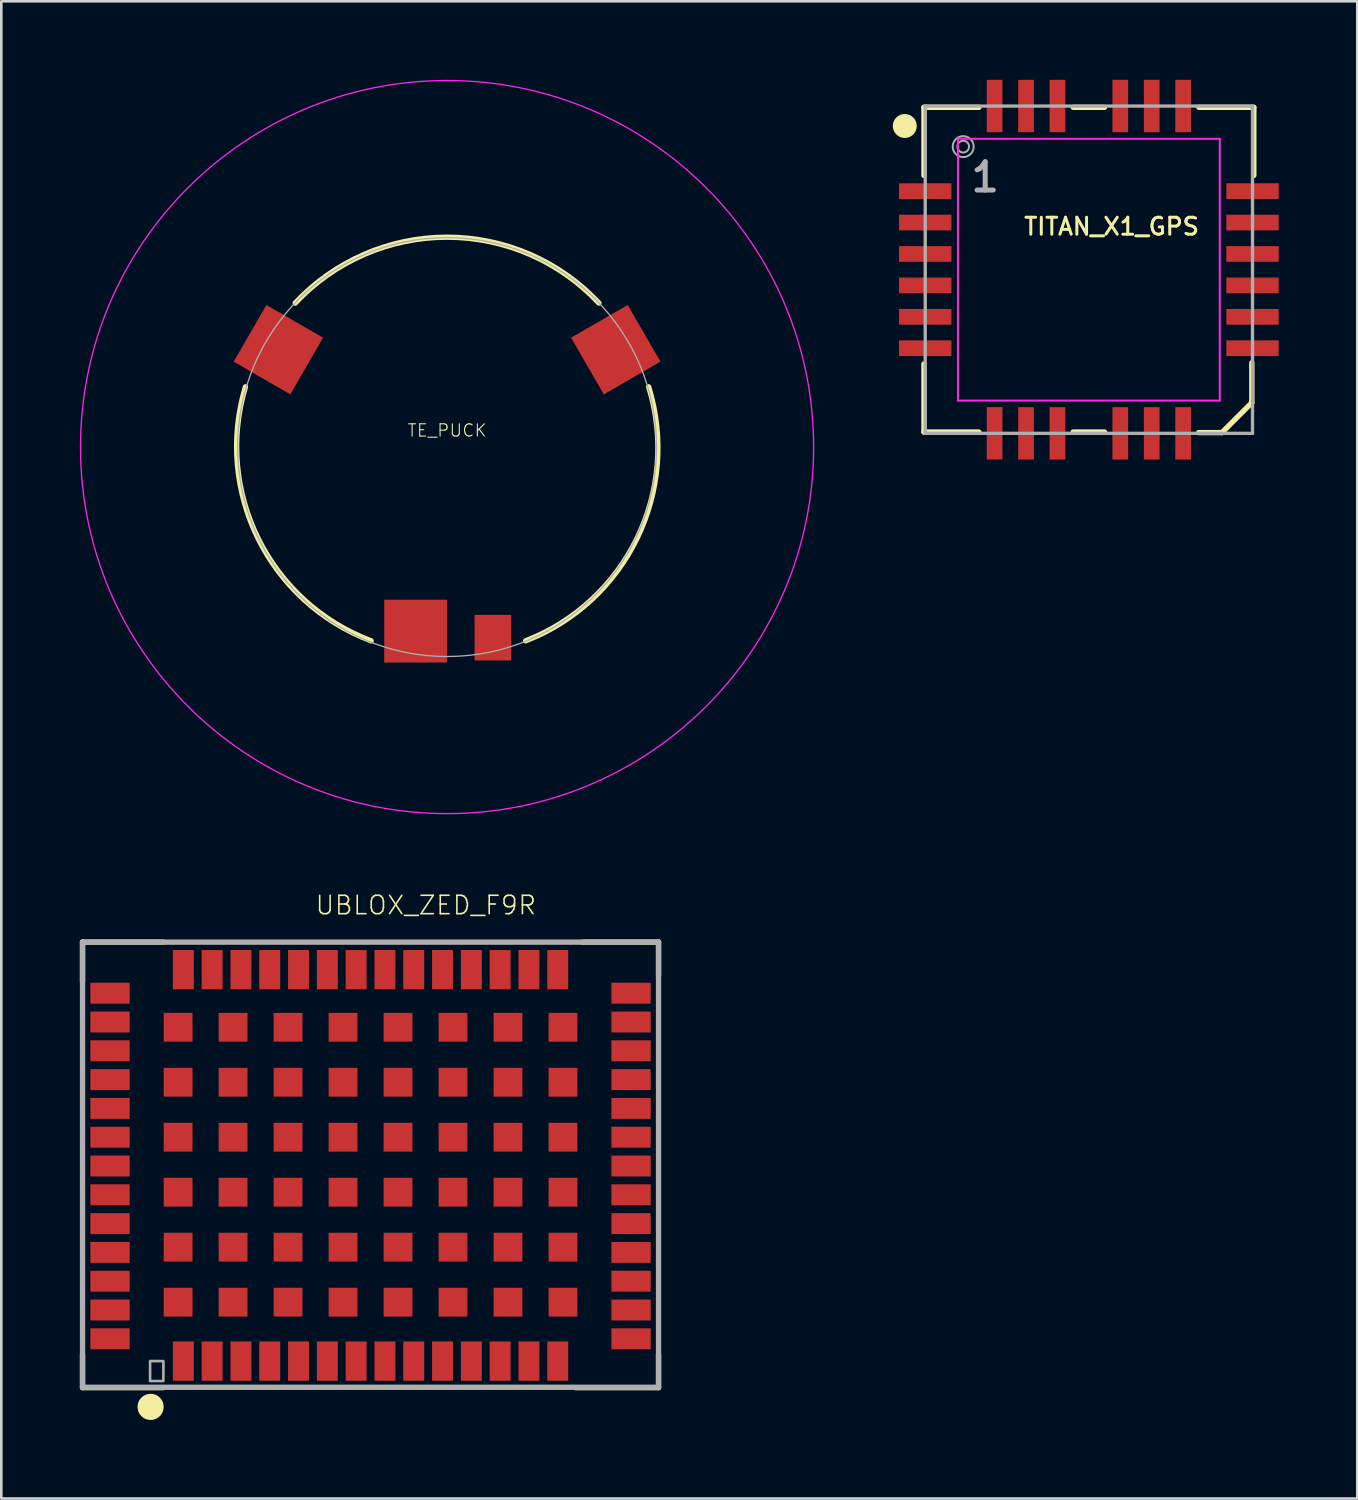
<source format=kicad_pcb>
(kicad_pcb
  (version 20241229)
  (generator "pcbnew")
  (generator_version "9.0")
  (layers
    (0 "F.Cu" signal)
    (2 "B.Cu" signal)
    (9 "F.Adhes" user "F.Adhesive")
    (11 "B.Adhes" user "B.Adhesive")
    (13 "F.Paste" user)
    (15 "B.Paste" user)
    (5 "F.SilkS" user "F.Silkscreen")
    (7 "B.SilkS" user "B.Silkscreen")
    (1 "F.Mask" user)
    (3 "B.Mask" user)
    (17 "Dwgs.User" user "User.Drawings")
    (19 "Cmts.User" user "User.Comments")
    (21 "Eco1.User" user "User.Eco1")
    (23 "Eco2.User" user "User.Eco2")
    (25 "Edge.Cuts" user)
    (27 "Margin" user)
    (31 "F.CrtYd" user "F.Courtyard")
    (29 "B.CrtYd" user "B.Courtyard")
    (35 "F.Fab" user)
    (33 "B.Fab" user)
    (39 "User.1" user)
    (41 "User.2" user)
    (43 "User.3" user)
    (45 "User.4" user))
  (footprint "TITAN_X1_GPS"
    (layer "F.Cu")
    (at 38.538 7.25)
    (property "Reference" "TITAN_X1_GPS" (at -2.54 -1.27 0) (layer "F.SilkS") (effects (font (size 0.648 0.648) (thickness 0.114)) (justify left bottom)))
    (fp_line (start -6.3 -6.2) (end -6.3 -3.6) (stroke (width 0.203) (type solid)) (layer "F.SilkS"))
    (fp_line (start -6.3 -6.2) (end -4.2 -6.2) (stroke (width 0.203) (type solid)) (layer "F.SilkS"))
    (fp_line (start -6.3 3.6) (end -6.3 6.2) (stroke (width 0.203) (type solid)) (layer "F.SilkS"))
    (fp_line (start -6.3 6.2) (end -4.2 6.2) (stroke (width 0.203) (type solid)) (layer "F.SilkS"))
    (fp_line (start -0.6 -6.2) (end 0.6 -6.2) (stroke (width 0.203) (type solid)) (layer "F.SilkS"))
    (fp_line (start -0.6 6.2) (end 0.6 6.2) (stroke (width 0.203) (type solid)) (layer "F.SilkS"))
    (fp_line (start 4.191 6.223) (end 5.08 6.223) (stroke (width 0.203) (type solid)) (layer "F.SilkS"))
    (fp_line (start 4.2 -6.2) (end 6.3 -6.2) (stroke (width 0.203) (type solid)) (layer "F.SilkS"))
    (fp_line (start 5.08 6.223) (end 6.223 5.08) (stroke (width 0.203) (type solid)) (layer "F.SilkS"))
    (fp_line (start 6.223 5.08) (end 6.223 3.556) (stroke (width 0.203) (type solid)) (layer "F.SilkS"))
    (fp_line (start 6.3 -3.6) (end 6.3 -6.2) (stroke (width 0.203) (type solid)) (layer "F.SilkS"))
    (fp_circle (center -7.031 -5.488) (end -6.802 -5.488) (stroke (width 0.457) (type solid)) (fill no) (layer "F.SilkS"))
    (fp_line (start -5 -5) (end 5 -5) (stroke (width 0.076) (type solid)) (layer "F.CrtYd"))
    (fp_line (start -5 5) (end -5 -5) (stroke (width 0.076) (type solid)) (layer "F.CrtYd"))
    (fp_line (start 5 -5) (end 5 5) (stroke (width 0.076) (type solid)) (layer "F.CrtYd"))
    (fp_line (start 5 5) (end -5 5) (stroke (width 0.076) (type solid)) (layer "F.CrtYd"))
    (fp_line (start -6.25 -6.25) (end -6.25 6.25) (stroke (width 0.127) (type solid)) (layer "F.Fab"))
    (fp_line (start -6.25 6.25) (end 6.25 6.25) (stroke (width 0.127) (type solid)) (layer "F.Fab"))
    (fp_line (start 6.25 -6.25) (end -6.25 -6.25) (stroke (width 0.127) (type solid)) (layer "F.Fab"))
    (fp_line (start 6.25 6.25) (end 6.25 -6.25) (stroke (width 0.127) (type solid)) (layer "F.Fab"))
    (fp_circle (center -4.8 -4.7) (end -4.576 -4.7) (stroke (width 0.076) (type solid)) (fill no) (layer "F.Fab"))
    (fp_circle (center -4.8 -4.7) (end -4.4 -4.7) (stroke (width 0.076) (type solid)) (fill no) (layer "F.Fab"))
    (fp_text user "1" (at -4.6 -2.9 0) (layer "F.Fab") (effects (font (size 1.079 1.079) (thickness 0.191)) (justify left bottom)))
    (pad "1" smd rect (at -6.25 -3) (size 2 0.6) (layers "F.Cu" "F.Mask" "F.Paste"))
    (pad "2" smd rect (at -6.25 -1.8) (size 2 0.6) (layers "F.Cu" "F.Mask" "F.Paste"))
    (pad "3" smd rect (at -6.25 -0.6) (size 2 0.6) (layers "F.Cu" "F.Mask" "F.Paste"))
    (pad "4" smd rect (at -6.25 0.6) (size 2 0.6) (layers "F.Cu" "F.Mask" "F.Paste"))
    (pad "5" smd rect (at -6.25 1.8) (size 2 0.6) (layers "F.Cu" "F.Mask" "F.Paste"))
    (pad "6" smd rect (at -6.25 3) (size 2 0.6) (layers "F.Cu" "F.Mask" "F.Paste"))
    (pad "7" smd rect (at -3.6 6.25 90) (size 2 0.6) (layers "F.Cu" "F.Mask" "F.Paste"))
    (pad "8" smd rect (at -2.4 6.25 90) (size 2 0.6) (layers "F.Cu" "F.Mask" "F.Paste"))
    (pad "9" smd rect (at -1.2 6.25 90) (size 2 0.6) (layers "F.Cu" "F.Mask" "F.Paste"))
    (pad "10" smd rect (at 1.2 6.25 90) (size 2 0.6) (layers "F.Cu" "F.Mask" "F.Paste"))
    (pad "11" smd rect (at 2.4 6.25 90) (size 2 0.6) (layers "F.Cu" "F.Mask" "F.Paste"))
    (pad "12" smd rect (at 3.6 6.25 90) (size 2 0.6) (layers "F.Cu" "F.Mask" "F.Paste"))
    (pad "13" smd rect (at 6.25 3) (size 2 0.6) (layers "F.Cu" "F.Mask" "F.Paste"))
    (pad "14" smd rect (at 6.25 1.8) (size 2 0.6) (layers "F.Cu" "F.Mask" "F.Paste"))
    (pad "15" smd rect (at 6.25 0.6) (size 2 0.6) (layers "F.Cu" "F.Mask" "F.Paste"))
    (pad "16" smd rect (at 6.25 -0.6) (size 2 0.6) (layers "F.Cu" "F.Mask" "F.Paste"))
    (pad "17" smd rect (at 6.25 -1.8) (size 2 0.6) (layers "F.Cu" "F.Mask" "F.Paste"))
    (pad "18" smd rect (at 6.25 -3) (size 2 0.6) (layers "F.Cu" "F.Mask" "F.Paste"))
    (pad "19" smd rect (at 3.6 -6.25 270) (size 2 0.6) (layers "F.Cu" "F.Mask" "F.Paste"))
    (pad "20" smd rect (at 2.4 -6.25 270) (size 2 0.6) (layers "F.Cu" "F.Mask" "F.Paste"))
    (pad "21" smd rect (at 1.2 -6.25 270) (size 2 0.6) (layers "F.Cu" "F.Mask" "F.Paste"))
    (pad "22" smd rect (at -1.2 -6.25 270) (size 2 0.6) (layers "F.Cu" "F.Mask" "F.Paste"))
    (pad "23" smd rect (at -2.4 -6.25 270) (size 2 0.6) (layers "F.Cu" "F.Mask" "F.Paste"))
    (pad "24" smd rect (at -3.6 -6.25 270) (size 2 0.6) (layers "F.Cu" "F.Mask" "F.Paste")))
  (footprint "UBLOX_ZED_F9R"
    (layer "F.Cu")
    (at 11.064 41.314)
    (property "Reference" "UBLOX_ZED_F9R" (at -2.112 -9.38 0) (layer "F.SilkS") (effects (font (size 0.701 0.701) (thickness 0.061)) (justify left bottom)))
    (fp_line (start -10.962 -8.382) (end -7.874 -8.382) (stroke (width 0.203) (type solid)) (layer "F.SilkS"))
    (fp_line (start -10.962 -6.858) (end -10.962 -8.382) (stroke (width 0.203) (type solid)) (layer "F.SilkS"))
    (fp_line (start -10.962 8.636) (end -10.962 7.366) (stroke (width 0.203) (type solid)) (layer "F.SilkS"))
    (fp_line (start -10.962 8.636) (end -7.874 8.636) (stroke (width 0.203) (type solid)) (layer "F.SilkS"))
    (fp_line (start 7.874 8.636) (end 11.038 8.636) (stroke (width 0.203) (type solid)) (layer "F.SilkS"))
    (fp_line (start 8.128 -8.382) (end 11.038 -8.382) (stroke (width 0.203) (type solid)) (layer "F.SilkS"))
    (fp_line (start 11.038 -8.382) (end 11.038 -7.112) (stroke (width 0.203) (type solid)) (layer "F.SilkS"))
    (fp_line (start 11.038 8.636) (end 11.038 7.366) (stroke (width 0.203) (type solid)) (layer "F.SilkS"))
    (fp_circle (center -8.362 9.37) (end -8.112 9.37) (stroke (width 0.5) (type solid)) (fill yes) (layer "F.SilkS"))
    (fp_line (start -10.962 -8.38) (end -10.962 8.62) (stroke (width 0.203) (type solid)) (layer "F.Fab"))
    (fp_line (start -10.962 8.62) (end 11.038 8.62) (stroke (width 0.203) (type solid)) (layer "F.Fab"))
    (fp_line (start 11.038 -8.38) (end -10.962 -8.38) (stroke (width 0.203) (type solid)) (layer "F.Fab"))
    (fp_line (start 11.038 8.62) (end 11.038 -8.38) (stroke (width 0.203) (type solid)) (layer "F.Fab"))
    (fp_poly (pts (xy -8.382 8.382) (xy -7.874 8.382) (xy -7.874 7.62) (xy -8.382 7.62)) (stroke (width 0.1) (type default)) (fill no) (layer "F.Fab"))
    (pad "G1" smd rect (at -7.312 5.37) (size 1.1 1.1) (layers "F.Cu" "F.Mask" "F.Paste"))
    (pad "G2" smd rect (at -5.212 5.37) (size 1.1 1.1) (layers "F.Cu" "F.Mask" "F.Paste"))
    (pad "G3" smd rect (at -3.112 5.37) (size 1.1 1.1) (layers "F.Cu" "F.Mask" "F.Paste"))
    (pad "G4" smd rect (at -1.012 5.37) (size 1.1 1.1) (layers "F.Cu" "F.Mask" "F.Paste"))
    (pad "G5" smd rect (at 1.088 5.37) (size 1.1 1.1) (layers "F.Cu" "F.Mask" "F.Paste"))
    (pad "G6" smd rect (at 3.188 5.37) (size 1.1 1.1) (layers "F.Cu" "F.Mask" "F.Paste"))
    (pad "G7" smd rect (at 5.288 5.37) (size 1.1 1.1) (layers "F.Cu" "F.Mask" "F.Paste"))
    (pad "G8" smd rect (at 7.388 5.37) (size 1.1 1.1) (layers "F.Cu" "F.Mask" "F.Paste"))
    (pad "G9" smd rect (at 7.388 3.27) (size 1.1 1.1) (layers "F.Cu" "F.Mask" "F.Paste"))
    (pad "G10" smd rect (at 5.288 3.27) (size 1.1 1.1) (layers "F.Cu" "F.Mask" "F.Paste"))
    (pad "G11" smd rect (at 3.188 3.27) (size 1.1 1.1) (layers "F.Cu" "F.Mask" "F.Paste"))
    (pad "G12" smd rect (at 1.088 3.27) (size 1.1 1.1) (layers "F.Cu" "F.Mask" "F.Paste"))
    (pad "G13" smd rect (at -1.012 3.27) (size 1.1 1.1) (layers "F.Cu" "F.Mask" "F.Paste"))
    (pad "G14" smd rect (at -3.112 3.27) (size 1.1 1.1) (layers "F.Cu" "F.Mask" "F.Paste"))
    (pad "G15" smd rect (at -5.212 3.27) (size 1.1 1.1) (layers "F.Cu" "F.Mask" "F.Paste"))
    (pad "G16" smd rect (at -7.312 3.27) (size 1.1 1.1) (layers "F.Cu" "F.Mask" "F.Paste"))
    (pad "G17" smd rect (at -7.312 1.17) (size 1.1 1.1) (layers "F.Cu" "F.Mask" "F.Paste"))
    (pad "G18" smd rect (at -5.212 1.17) (size 1.1 1.1) (layers "F.Cu" "F.Mask" "F.Paste"))
    (pad "G19" smd rect (at -3.112 1.17) (size 1.1 1.1) (layers "F.Cu" "F.Mask" "F.Paste"))
    (pad "G20" smd rect (at -1.012 1.17) (size 1.1 1.1) (layers "F.Cu" "F.Mask" "F.Paste"))
    (pad "G21" smd rect (at 1.088 1.17) (size 1.1 1.1) (layers "F.Cu" "F.Mask" "F.Paste"))
    (pad "G22" smd rect (at 3.188 1.17) (size 1.1 1.1) (layers "F.Cu" "F.Mask" "F.Paste"))
    (pad "G23" smd rect (at 5.288 1.17) (size 1.1 1.1) (layers "F.Cu" "F.Mask" "F.Paste"))
    (pad "G24" smd rect (at 7.388 1.17) (size 1.1 1.1) (layers "F.Cu" "F.Mask" "F.Paste"))
    (pad "G25" smd rect (at 7.388 -0.93) (size 1.1 1.1) (layers "F.Cu" "F.Mask" "F.Paste"))
    (pad "G26" smd rect (at 5.288 -0.93) (size 1.1 1.1) (layers "F.Cu" "F.Mask" "F.Paste"))
    (pad "G27" smd rect (at 3.188 -0.93) (size 1.1 1.1) (layers "F.Cu" "F.Mask" "F.Paste"))
    (pad "G28" smd rect (at 1.088 -0.93) (size 1.1 1.1) (layers "F.Cu" "F.Mask" "F.Paste"))
    (pad "G29" smd rect (at -1.012 -0.93) (size 1.1 1.1) (layers "F.Cu" "F.Mask" "F.Paste"))
    (pad "G30" smd rect (at -3.112 -0.93) (size 1.1 1.1) (layers "F.Cu" "F.Mask" "F.Paste"))
    (pad "G31" smd rect (at -5.212 -0.93) (size 1.1 1.1) (layers "F.Cu" "F.Mask" "F.Paste"))
    (pad "G32" smd rect (at -7.312 -0.93) (size 1.1 1.1) (layers "F.Cu" "F.Mask" "F.Paste"))
    (pad "G33" smd rect (at -7.312 -3.03) (size 1.1 1.1) (layers "F.Cu" "F.Mask" "F.Paste"))
    (pad "G34" smd rect (at -5.212 -3.03) (size 1.1 1.1) (layers "F.Cu" "F.Mask" "F.Paste"))
    (pad "G35" smd rect (at -3.112 -3.03) (size 1.1 1.1) (layers "F.Cu" "F.Mask" "F.Paste"))
    (pad "G36" smd rect (at -1.012 -3.03) (size 1.1 1.1) (layers "F.Cu" "F.Mask" "F.Paste"))
    (pad "G37" smd rect (at 1.088 -3.03) (size 1.1 1.1) (layers "F.Cu" "F.Mask" "F.Paste"))
    (pad "G38" smd rect (at 3.188 -3.03) (size 1.1 1.1) (layers "F.Cu" "F.Mask" "F.Paste"))
    (pad "G39" smd rect (at 5.288 -3.03) (size 1.1 1.1) (layers "F.Cu" "F.Mask" "F.Paste"))
    (pad "G40" smd rect (at 7.388 -3.03) (size 1.1 1.1) (layers "F.Cu" "F.Mask" "F.Paste"))
    (pad "G41" smd rect (at 7.388 -5.13) (size 1.1 1.1) (layers "F.Cu" "F.Mask" "F.Paste"))
    (pad "G42" smd rect (at 5.288 -5.13) (size 1.1 1.1) (layers "F.Cu" "F.Mask" "F.Paste"))
    (pad "G43" smd rect (at 3.188 -5.13) (size 1.1 1.1) (layers "F.Cu" "F.Mask" "F.Paste"))
    (pad "G44" smd rect (at 1.088 -5.13) (size 1.1 1.1) (layers "F.Cu" "F.Mask" "F.Paste"))
    (pad "G45" smd rect (at -1.012 -5.13) (size 1.1 1.1) (layers "F.Cu" "F.Mask" "F.Paste"))
    (pad "G46" smd rect (at -3.112 -5.13) (size 1.1 1.1) (layers "F.Cu" "F.Mask" "F.Paste"))
    (pad "G47" smd rect (at -5.212 -5.13) (size 1.1 1.1) (layers "F.Cu" "F.Mask" "F.Paste"))
    (pad "G48" smd rect (at -7.312 -5.13) (size 1.1 1.1) (layers "F.Cu" "F.Mask" "F.Paste"))
    (pad "P1" smd rect (at -7.112 7.62) (size 0.8 1.5) (layers "F.Cu" "F.Mask" "F.Paste"))
    (pad "P2" smd rect (at -6.012 7.62) (size 0.8 1.5) (layers "F.Cu" "F.Mask" "F.Paste"))
    (pad "P3" smd rect (at -4.912 7.62) (size 0.8 1.5) (layers "F.Cu" "F.Mask" "F.Paste"))
    (pad "P4" smd rect (at -3.812 7.62) (size 0.8 1.5) (layers "F.Cu" "F.Mask" "F.Paste"))
    (pad "P5" smd rect (at -2.712 7.62) (size 0.8 1.5) (layers "F.Cu" "F.Mask" "F.Paste"))
    (pad "P6" smd rect (at -1.612 7.62) (size 0.8 1.5) (layers "F.Cu" "F.Mask" "F.Paste"))
    (pad "P7" smd rect (at -0.512 7.62) (size 0.8 1.5) (layers "F.Cu" "F.Mask" "F.Paste"))
    (pad "P8" smd rect (at 0.588 7.62) (size 0.8 1.5) (layers "F.Cu" "F.Mask" "F.Paste"))
    (pad "P9" smd rect (at 1.688 7.62) (size 0.8 1.5) (layers "F.Cu" "F.Mask" "F.Paste"))
    (pad "P10" smd rect (at 2.788 7.62) (size 0.8 1.5) (layers "F.Cu" "F.Mask" "F.Paste"))
    (pad "P11" smd rect (at 3.888 7.62) (size 0.8 1.5) (layers "F.Cu" "F.Mask" "F.Paste"))
    (pad "P12" smd rect (at 4.988 7.62) (size 0.8 1.5) (layers "F.Cu" "F.Mask" "F.Paste"))
    (pad "P13" smd rect (at 6.088 7.62) (size 0.8 1.5) (layers "F.Cu" "F.Mask" "F.Paste"))
    (pad "P14" smd rect (at 7.188 7.62) (size 0.8 1.5) (layers "F.Cu" "F.Mask" "F.Paste"))
    (pad "P15" smd rect (at 9.988 6.77 90) (size 0.8 1.5) (layers "F.Cu" "F.Mask" "F.Paste"))
    (pad "P16" smd rect (at 9.988 5.67 90) (size 0.8 1.5) (layers "F.Cu" "F.Mask" "F.Paste"))
    (pad "P17" smd rect (at 9.988 4.57 90) (size 0.8 1.5) (layers "F.Cu" "F.Mask" "F.Paste"))
    (pad "P18" smd rect (at 9.988 3.47 90) (size 0.8 1.5) (layers "F.Cu" "F.Mask" "F.Paste"))
    (pad "P19" smd rect (at 9.988 2.37 90) (size 0.8 1.5) (layers "F.Cu" "F.Mask" "F.Paste"))
    (pad "P20" smd rect (at 9.988 1.27 90) (size 0.8 1.5) (layers "F.Cu" "F.Mask" "F.Paste"))
    (pad "P21" smd rect (at 9.988 0.17 90) (size 0.8 1.5) (layers "F.Cu" "F.Mask" "F.Paste"))
    (pad "P22" smd rect (at 9.988 -0.93 90) (size 0.8 1.5) (layers "F.Cu" "F.Mask" "F.Paste"))
    (pad "P23" smd rect (at 9.988 -2.03 90) (size 0.8 1.5) (layers "F.Cu" "F.Mask" "F.Paste"))
    (pad "P24" smd rect (at 9.988 -3.13 90) (size 0.8 1.5) (layers "F.Cu" "F.Mask" "F.Paste"))
    (pad "P25" smd rect (at 9.988 -4.23 90) (size 0.8 1.5) (layers "F.Cu" "F.Mask" "F.Paste"))
    (pad "P26" smd rect (at 9.988 -5.33 90) (size 0.8 1.5) (layers "F.Cu" "F.Mask" "F.Paste"))
    (pad "P27" smd rect (at 9.988 -6.43 90) (size 0.8 1.5) (layers "F.Cu" "F.Mask" "F.Paste"))
    (pad "P28" smd rect (at 7.188 -7.33) (size 0.8 1.5) (layers "F.Cu" "F.Mask" "F.Paste"))
    (pad "P29" smd rect (at 6.088 -7.33) (size 0.8 1.5) (layers "F.Cu" "F.Mask" "F.Paste"))
    (pad "P30" smd rect (at 4.988 -7.33) (size 0.8 1.5) (layers "F.Cu" "F.Mask" "F.Paste"))
    (pad "P31" smd rect (at 3.888 -7.33) (size 0.8 1.5) (layers "F.Cu" "F.Mask" "F.Paste"))
    (pad "P32" smd rect (at 2.788 -7.33) (size 0.8 1.5) (layers "F.Cu" "F.Mask" "F.Paste"))
    (pad "P33" smd rect (at 1.688 -7.33) (size 0.8 1.5) (layers "F.Cu" "F.Mask" "F.Paste"))
    (pad "P34" smd rect (at 0.588 -7.33) (size 0.8 1.5) (layers "F.Cu" "F.Mask" "F.Paste"))
    (pad "P35" smd rect (at -0.512 -7.33) (size 0.8 1.5) (layers "F.Cu" "F.Mask" "F.Paste"))
    (pad "P36" smd rect (at -1.612 -7.33) (size 0.8 1.5) (layers "F.Cu" "F.Mask" "F.Paste"))
    (pad "P37" smd rect (at -2.712 -7.33) (size 0.8 1.5) (layers "F.Cu" "F.Mask" "F.Paste"))
    (pad "P38" smd rect (at -3.812 -7.33) (size 0.8 1.5) (layers "F.Cu" "F.Mask" "F.Paste"))
    (pad "P39" smd rect (at -4.912 -7.33) (size 0.8 1.5) (layers "F.Cu" "F.Mask" "F.Paste"))
    (pad "P40" smd rect (at -6.012 -7.33) (size 0.8 1.5) (layers "F.Cu" "F.Mask" "F.Paste"))
    (pad "P41" smd rect (at -7.112 -7.33) (size 0.8 1.5) (layers "F.Cu" "F.Mask" "F.Paste"))
    (pad "P42" smd rect (at -9.912 -6.43 270) (size 0.8 1.5) (layers "F.Cu" "F.Mask" "F.Paste"))
    (pad "P43" smd rect (at -9.912 -5.33 270) (size 0.8 1.5) (layers "F.Cu" "F.Mask" "F.Paste"))
    (pad "P44" smd rect (at -9.912 -4.23 270) (size 0.8 1.5) (layers "F.Cu" "F.Mask" "F.Paste"))
    (pad "P45" smd rect (at -9.912 -3.13 270) (size 0.8 1.5) (layers "F.Cu" "F.Mask" "F.Paste"))
    (pad "P46" smd rect (at -9.912 -2.03 270) (size 0.8 1.5) (layers "F.Cu" "F.Mask" "F.Paste"))
    (pad "P47" smd rect (at -9.912 -0.93 270) (size 0.8 1.5) (layers "F.Cu" "F.Mask" "F.Paste"))
    (pad "P48" smd rect (at -9.912 0.17 270) (size 0.8 1.5) (layers "F.Cu" "F.Mask" "F.Paste"))
    (pad "P49" smd rect (at -9.912 1.27 270) (size 0.8 1.5) (layers "F.Cu" "F.Mask" "F.Paste"))
    (pad "P50" smd rect (at -9.912 2.37 270) (size 0.8 1.5) (layers "F.Cu" "F.Mask" "F.Paste"))
    (pad "P51" smd rect (at -9.912 3.47 270) (size 0.8 1.5) (layers "F.Cu" "F.Mask" "F.Paste"))
    (pad "P52" smd rect (at -9.912 4.57 270) (size 0.8 1.5) (layers "F.Cu" "F.Mask" "F.Paste"))
    (pad "P53" smd rect (at -9.912 5.67 270) (size 0.8 1.5) (layers "F.Cu" "F.Mask" "F.Paste"))
    (pad "P54" smd rect (at -9.912 6.77 270) (size 0.8 1.5) (layers "F.Cu" "F.Mask" "F.Paste")))
  (footprint "TE_PUCK"
    (layer "F.Cu")
    (at 14.025 14.025)
    (property "Reference" "TE_PUCK" (at 0 -0.635 0) (layer "F.SilkS") (effects (font (size 0.467 0.467) (thickness 0.041))))
    (fp_arc (start -5.8 -5.5) (mid 0 -8.016135) (end 5.8 -5.499999) (stroke (width 0.2032) (type solid)) (layer "F.SilkS"))
    (fp_arc (start -2.9 7.4) (mid -7.213827 3.497048) (end -7.699999 -2.300001) (stroke (width 0.2032) (type solid)) (layer "F.SilkS"))
    (fp_arc (start 7.7 -2.3) (mid 7.260714 3.47581) (end 2.999999 7.399999) (stroke (width 0.2032) (type solid)) (layer "F.SilkS"))
    (fp_circle (center 0 0) (end 14 0) (stroke (width 0.05) (type solid)) (fill no) (layer "F.CrtYd"))
    (fp_circle (center 0 0) (end 8 0) (stroke (width 0.05) (type solid)) (fill no) (layer "F.Fab"))
    (pad "1" smd rect (at -1.2 7.03) (size 2.4 2.4) (layers "F.Cu" "F.Mask" "F.Paste"))
    (pad "2" smd rect (at -6.443 -3.72 60) (size 2.5 2.5) (layers "F.Cu" "F.Mask" "F.Paste"))
    (pad "3" smd rect (at 6.443 -3.72 300) (size 2.5 2.5) (layers "F.Cu" "F.Mask" "F.Paste"))
    (pad "S" smd rect (at 1.75 7.28) (size 1.4 1.74) (layers "F.Cu" "F.Mask" "F.Paste")))
  (gr_rect
    (start -3 -3)
    (end 48.788 54.184)
    (stroke (width 0.1) (type default))
    (fill no)
    (layer "Edge.Cuts")))
</source>
